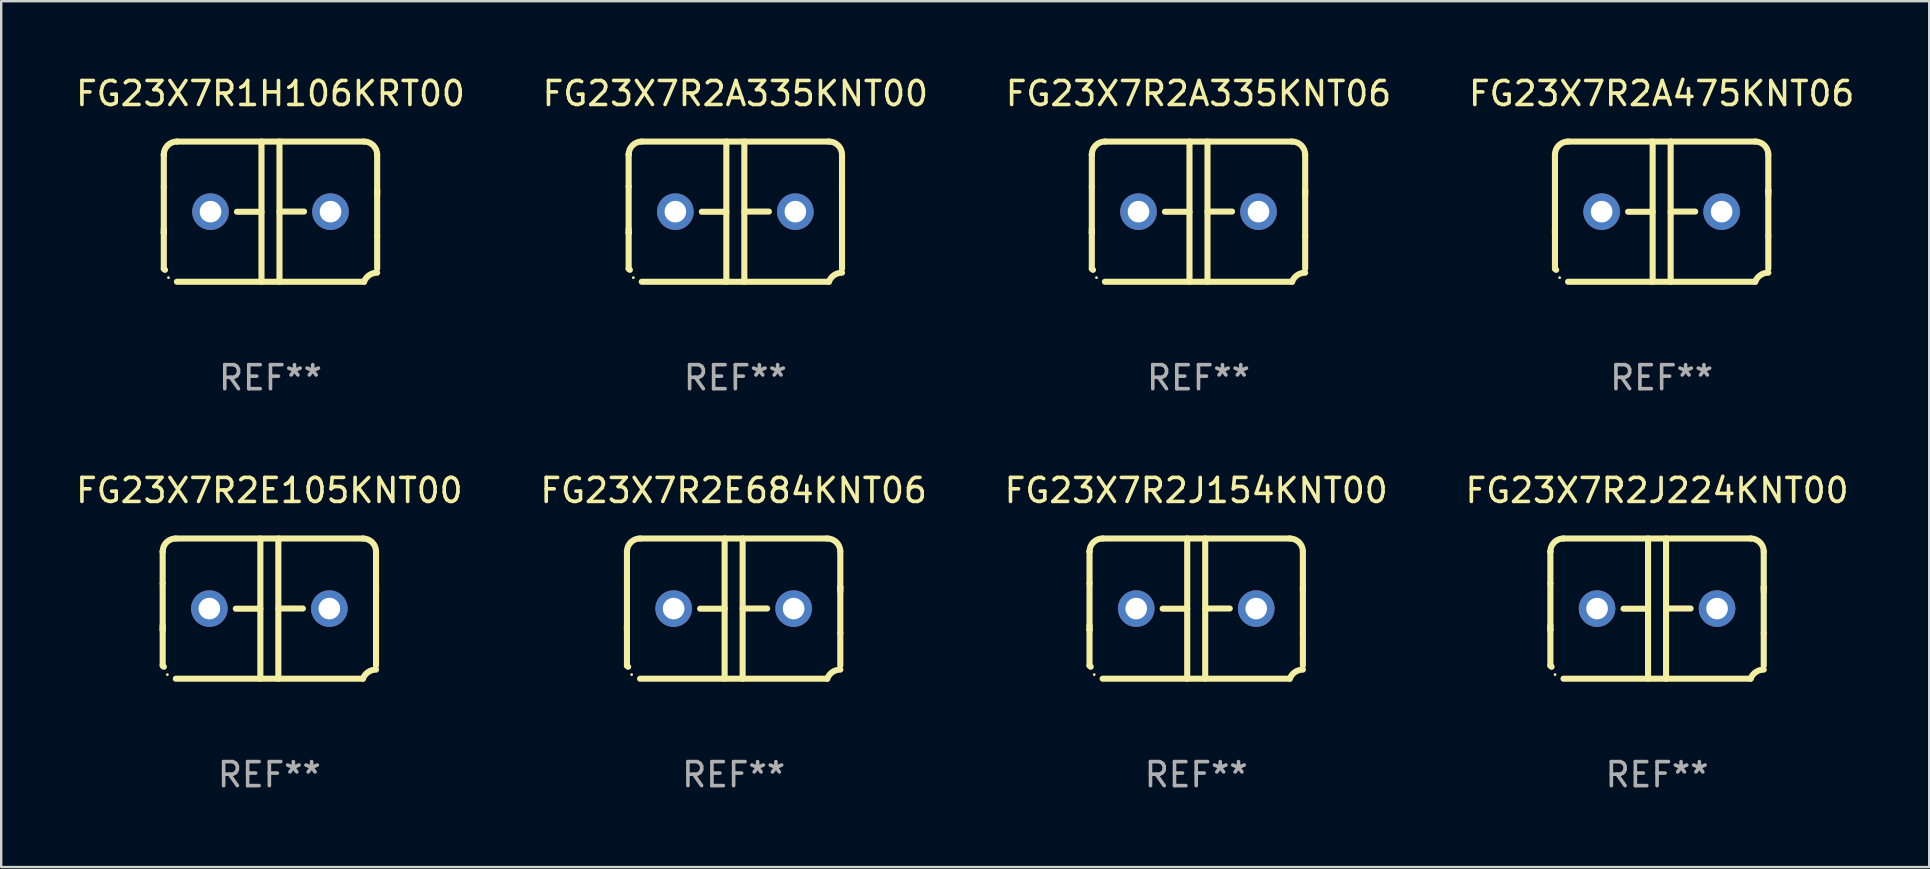
<source format=kicad_pcb>
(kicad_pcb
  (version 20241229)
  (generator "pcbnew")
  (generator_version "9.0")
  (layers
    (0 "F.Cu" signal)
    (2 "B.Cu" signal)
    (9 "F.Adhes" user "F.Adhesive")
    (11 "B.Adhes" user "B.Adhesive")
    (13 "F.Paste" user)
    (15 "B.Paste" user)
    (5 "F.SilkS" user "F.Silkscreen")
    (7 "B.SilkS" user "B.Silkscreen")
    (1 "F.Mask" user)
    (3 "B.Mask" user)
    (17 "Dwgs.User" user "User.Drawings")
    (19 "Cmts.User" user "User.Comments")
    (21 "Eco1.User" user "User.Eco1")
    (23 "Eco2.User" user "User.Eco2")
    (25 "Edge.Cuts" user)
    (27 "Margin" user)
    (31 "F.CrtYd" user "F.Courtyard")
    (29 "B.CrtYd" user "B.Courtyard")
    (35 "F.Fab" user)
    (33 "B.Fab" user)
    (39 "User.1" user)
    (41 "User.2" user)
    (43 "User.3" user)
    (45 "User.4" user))
  (footprint "FG23X7R2A335KNT00"
    (layer "F.Cu")
    (at 27.589 5.769)
    (property "Reference" "FG23X7R2A335KNT00" (at 0 -4.921 0) (layer "F.SilkS") (effects (font (size 1 1) (thickness 0.15))))
    (attr through_hole)
    (fp_line (start -4.445 2.375) (end -4.445 0.889) (stroke (width 0.254) (type solid)) (layer "F.SilkS"))
    (fp_line (start -4.445 -2.375) (end -4.445 -2.375) (stroke (width 0.254) (type solid)) (layer "F.SilkS"))
    (fp_line (start -4.445 -1.045) (end -4.445 -2.375) (stroke (width 0.254) (type solid)) (layer "F.SilkS"))
    (fp_line (start -4.445 -1.045) (end -4.445 0.889) (stroke (width 0.254) (type solid)) (layer "F.SilkS"))
    (fp_line (start -4.445 0.889) (end -4.445 0.708) (stroke (width 0.254) (type solid)) (layer "F.SilkS"))
    (fp_line (start -3.899 -2.921) (end 3.899 -2.921) (stroke (width 0.254) (type solid)) (layer "F.SilkS"))
    (fp_line (start -0.375 0.004) (end -1.397 0.004) (stroke (width 0.254) (type solid)) (layer "F.SilkS"))
    (fp_line (start -0.375 2.921) (end -0.375 -2.921) (stroke (width 0.254) (type solid)) (layer "F.SilkS"))
    (fp_line (start 0.375 -2.921) (end 0.375 2.921) (stroke (width 0.254) (type solid)) (layer "F.SilkS"))
    (fp_line (start 0.375 -0.004) (end 1.397 -0.004) (stroke (width 0.254) (type solid)) (layer "F.SilkS"))
    (fp_line (start 3.899 2.921) (end -3.899 2.921) (stroke (width 0.254) (type solid)) (layer "F.SilkS"))
    (fp_line (start 4.445 -0.889) (end 4.445 -0.708) (stroke (width 0.254) (type solid)) (layer "F.SilkS"))
    (fp_line (start 4.445 -0.889) (end 4.445 1.02) (stroke (width 0.254) (type solid)) (layer "F.SilkS"))
    (fp_line (start 4.445 1.02) (end 4.445 2.375) (stroke (width 0.254) (type solid)) (layer "F.SilkS"))
    (fp_line (start 4.445 -2.375) (end 4.445 -0.889) (stroke (width 0.254) (type solid)) (layer "F.SilkS"))
    (fp_arc (start -4.445034 -2.374778) (mid -4.285049 -2.761028) (end -3.898806 -2.921031) (stroke (width 0.254001) (type solid)) (layer "F.SilkS"))
    (fp_arc (start -4.445034 2.374803) (mid -4.4201 2.399713) (end -4.395166 2.424624) (stroke (width 0.254001) (type solid)) (layer "F.SilkS"))
    (fp_arc (start 3.898781 -2.921031) (mid 4.285035 -2.76105) (end 4.445034 -2.374803) (stroke (width 0.254001) (type solid)) (layer "F.SilkS"))
    (fp_arc (start 3.898806 2.921031) (mid 4.112864 2.64665) (end 4.445037 2.542888) (stroke (width 0.254001) (type solid)) (layer "F.SilkS"))
    (fp_circle (center -4.25 2.75) (end -4.22 2.75) (stroke (width 0.06) (type solid)) (fill no) (layer "F.SilkS"))
    (fp_text user "REF**" (at 0 6.921 0) (layer "F.Fab") (effects (font (size 1 1) (thickness 0.15))))
    (pad "1" thru_hole circle (at -2.5 0) (size 1.524 1.524) (drill 0.9) (layers "*.Cu" "*.Mask"))
    (pad "2" thru_hole circle (at 2.5 0) (size 1.524 1.524) (drill 0.9) (layers "*.Cu" "*.Mask")))
  (footprint "FG23X7R2E105KNT00"
    (layer "F.Cu")
    (at 8.173 22.308)
    (property "Reference" "FG23X7R2E105KNT00" (at 0 -4.921 0) (layer "F.SilkS") (effects (font (size 1 1) (thickness 0.15))))
    (attr through_hole)
    (fp_line (start -4.445 2.375) (end -4.445 0.889) (stroke (width 0.254) (type solid)) (layer "F.SilkS"))
    (fp_line (start -4.445 -2.375) (end -4.445 -2.375) (stroke (width 0.254) (type solid)) (layer "F.SilkS"))
    (fp_line (start -4.445 -1.045) (end -4.445 -2.375) (stroke (width 0.254) (type solid)) (layer "F.SilkS"))
    (fp_line (start -4.445 -1.045) (end -4.445 0.889) (stroke (width 0.254) (type solid)) (layer "F.SilkS"))
    (fp_line (start -4.445 0.889) (end -4.445 0.708) (stroke (width 0.254) (type solid)) (layer "F.SilkS"))
    (fp_line (start -3.899 -2.921) (end 3.899 -2.921) (stroke (width 0.254) (type solid)) (layer "F.SilkS"))
    (fp_line (start -0.375 0.004) (end -1.397 0.004) (stroke (width 0.254) (type solid)) (layer "F.SilkS"))
    (fp_line (start -0.375 2.921) (end -0.375 -2.921) (stroke (width 0.254) (type solid)) (layer "F.SilkS"))
    (fp_line (start 0.375 -2.921) (end 0.375 2.921) (stroke (width 0.254) (type solid)) (layer "F.SilkS"))
    (fp_line (start 0.375 -0.004) (end 1.397 -0.004) (stroke (width 0.254) (type solid)) (layer "F.SilkS"))
    (fp_line (start 3.899 2.921) (end -3.899 2.921) (stroke (width 0.254) (type solid)) (layer "F.SilkS"))
    (fp_line (start 4.445 -0.889) (end 4.445 -0.708) (stroke (width 0.254) (type solid)) (layer "F.SilkS"))
    (fp_line (start 4.445 -0.889) (end 4.445 1.02) (stroke (width 0.254) (type solid)) (layer "F.SilkS"))
    (fp_line (start 4.445 1.02) (end 4.445 2.375) (stroke (width 0.254) (type solid)) (layer "F.SilkS"))
    (fp_line (start 4.445 -2.375) (end 4.445 -0.889) (stroke (width 0.254) (type solid)) (layer "F.SilkS"))
    (fp_arc (start -4.445034 -2.374778) (mid -4.285049 -2.761028) (end -3.898806 -2.921031) (stroke (width 0.254001) (type solid)) (layer "F.SilkS"))
    (fp_arc (start -4.445034 2.374803) (mid -4.4201 2.399713) (end -4.395166 2.424624) (stroke (width 0.254001) (type solid)) (layer "F.SilkS"))
    (fp_arc (start 3.898781 -2.921031) (mid 4.285035 -2.76105) (end 4.445034 -2.374803) (stroke (width 0.254001) (type solid)) (layer "F.SilkS"))
    (fp_arc (start 3.898806 2.921031) (mid 4.112864 2.64665) (end 4.445037 2.542888) (stroke (width 0.254001) (type solid)) (layer "F.SilkS"))
    (fp_circle (center -4.25 2.75) (end -4.22 2.75) (stroke (width 0.06) (type solid)) (fill no) (layer "F.SilkS"))
    (fp_text user "REF**" (at 0 6.921 0) (layer "F.Fab") (effects (font (size 1 1) (thickness 0.15))))
    (pad "1" thru_hole circle (at -2.5 0) (size 1.524 1.524) (drill 0.9) (layers "*.Cu" "*.Mask"))
    (pad "2" thru_hole circle (at 2.5 0) (size 1.524 1.524) (drill 0.9) (layers "*.Cu" "*.Mask")))
  (footprint "FG23X7R2A335KNT06"
    (layer "F.Cu")
    (at 46.887 5.769)
    (property "Reference" "FG23X7R2A335KNT06" (at 0 -4.921 0) (layer "F.SilkS") (effects (font (size 1 1) (thickness 0.15))))
    (attr through_hole)
    (fp_line (start -4.445 2.375) (end -4.445 0.889) (stroke (width 0.254) (type solid)) (layer "F.SilkS"))
    (fp_line (start -4.445 -2.375) (end -4.445 -2.375) (stroke (width 0.254) (type solid)) (layer "F.SilkS"))
    (fp_line (start -4.445 -1.045) (end -4.445 -2.375) (stroke (width 0.254) (type solid)) (layer "F.SilkS"))
    (fp_line (start -4.445 -1.045) (end -4.445 0.889) (stroke (width 0.254) (type solid)) (layer "F.SilkS"))
    (fp_line (start -4.445 0.889) (end -4.445 0.708) (stroke (width 0.254) (type solid)) (layer "F.SilkS"))
    (fp_line (start -3.899 -2.921) (end 3.899 -2.921) (stroke (width 0.254) (type solid)) (layer "F.SilkS"))
    (fp_line (start -0.375 0.004) (end -1.397 0.004) (stroke (width 0.254) (type solid)) (layer "F.SilkS"))
    (fp_line (start -0.375 2.921) (end -0.375 -2.921) (stroke (width 0.254) (type solid)) (layer "F.SilkS"))
    (fp_line (start 0.375 -2.921) (end 0.375 2.921) (stroke (width 0.254) (type solid)) (layer "F.SilkS"))
    (fp_line (start 0.375 -0.004) (end 1.397 -0.004) (stroke (width 0.254) (type solid)) (layer "F.SilkS"))
    (fp_line (start 3.899 2.921) (end -3.899 2.921) (stroke (width 0.254) (type solid)) (layer "F.SilkS"))
    (fp_line (start 4.445 -0.889) (end 4.445 -0.708) (stroke (width 0.254) (type solid)) (layer "F.SilkS"))
    (fp_line (start 4.445 -0.889) (end 4.445 1.02) (stroke (width 0.254) (type solid)) (layer "F.SilkS"))
    (fp_line (start 4.445 1.02) (end 4.445 2.375) (stroke (width 0.254) (type solid)) (layer "F.SilkS"))
    (fp_line (start 4.445 -2.375) (end 4.445 -0.889) (stroke (width 0.254) (type solid)) (layer "F.SilkS"))
    (fp_arc (start -4.445034 -2.374778) (mid -4.285049 -2.761028) (end -3.898806 -2.921031) (stroke (width 0.254001) (type solid)) (layer "F.SilkS"))
    (fp_arc (start -4.445034 2.374803) (mid -4.4201 2.399713) (end -4.395166 2.424624) (stroke (width 0.254001) (type solid)) (layer "F.SilkS"))
    (fp_arc (start 3.898781 -2.921031) (mid 4.285035 -2.76105) (end 4.445034 -2.374803) (stroke (width 0.254001) (type solid)) (layer "F.SilkS"))
    (fp_arc (start 3.898806 2.921031) (mid 4.112864 2.64665) (end 4.445037 2.542888) (stroke (width 0.254001) (type solid)) (layer "F.SilkS"))
    (fp_circle (center -4.25 2.75) (end -4.22 2.75) (stroke (width 0.06) (type solid)) (fill no) (layer "F.SilkS"))
    (fp_text user "REF**" (at 0 6.921 0) (layer "F.Fab") (effects (font (size 1 1) (thickness 0.15))))
    (pad "1" thru_hole circle (at -2.5 0) (size 1.524 1.524) (drill 0.9) (layers "*.Cu" "*.Mask"))
    (pad "2" thru_hole circle (at 2.5 0) (size 1.524 1.524) (drill 0.9) (layers "*.Cu" "*.Mask")))
  (footprint "FG23X7R2A475KNT06"
    (layer "F.Cu")
    (at 66.185 5.769)
    (property "Reference" "FG23X7R2A475KNT06" (at 0 -4.921 0) (layer "F.SilkS") (effects (font (size 1 1) (thickness 0.15))))
    (attr through_hole)
    (fp_line (start -4.445 2.375) (end -4.445 0.889) (stroke (width 0.254) (type solid)) (layer "F.SilkS"))
    (fp_line (start -4.445 -2.375) (end -4.445 -2.375) (stroke (width 0.254) (type solid)) (layer "F.SilkS"))
    (fp_line (start -4.445 -1.045) (end -4.445 -2.375) (stroke (width 0.254) (type solid)) (layer "F.SilkS"))
    (fp_line (start -4.445 -1.045) (end -4.445 0.889) (stroke (width 0.254) (type solid)) (layer "F.SilkS"))
    (fp_line (start -4.445 0.889) (end -4.445 0.708) (stroke (width 0.254) (type solid)) (layer "F.SilkS"))
    (fp_line (start -3.899 -2.921) (end 3.899 -2.921) (stroke (width 0.254) (type solid)) (layer "F.SilkS"))
    (fp_line (start -0.375 0.004) (end -1.397 0.004) (stroke (width 0.254) (type solid)) (layer "F.SilkS"))
    (fp_line (start -0.375 2.921) (end -0.375 -2.921) (stroke (width 0.254) (type solid)) (layer "F.SilkS"))
    (fp_line (start 0.375 -2.921) (end 0.375 2.921) (stroke (width 0.254) (type solid)) (layer "F.SilkS"))
    (fp_line (start 0.375 -0.004) (end 1.397 -0.004) (stroke (width 0.254) (type solid)) (layer "F.SilkS"))
    (fp_line (start 3.899 2.921) (end -3.899 2.921) (stroke (width 0.254) (type solid)) (layer "F.SilkS"))
    (fp_line (start 4.445 -0.889) (end 4.445 -0.708) (stroke (width 0.254) (type solid)) (layer "F.SilkS"))
    (fp_line (start 4.445 -0.889) (end 4.445 1.02) (stroke (width 0.254) (type solid)) (layer "F.SilkS"))
    (fp_line (start 4.445 1.02) (end 4.445 2.375) (stroke (width 0.254) (type solid)) (layer "F.SilkS"))
    (fp_line (start 4.445 -2.375) (end 4.445 -0.889) (stroke (width 0.254) (type solid)) (layer "F.SilkS"))
    (fp_arc (start -4.445034 -2.374778) (mid -4.285049 -2.761028) (end -3.898806 -2.921031) (stroke (width 0.254001) (type solid)) (layer "F.SilkS"))
    (fp_arc (start -4.445034 2.374803) (mid -4.4201 2.399713) (end -4.395166 2.424624) (stroke (width 0.254001) (type solid)) (layer "F.SilkS"))
    (fp_arc (start 3.898781 -2.921031) (mid 4.285035 -2.76105) (end 4.445034 -2.374803) (stroke (width 0.254001) (type solid)) (layer "F.SilkS"))
    (fp_arc (start 3.898806 2.921031) (mid 4.112864 2.64665) (end 4.445037 2.542888) (stroke (width 0.254001) (type solid)) (layer "F.SilkS"))
    (fp_circle (center -4.25 2.75) (end -4.22 2.75) (stroke (width 0.06) (type solid)) (fill no) (layer "F.SilkS"))
    (fp_text user "REF**" (at 0 6.921 0) (layer "F.Fab") (effects (font (size 1 1) (thickness 0.15))))
    (pad "1" thru_hole circle (at -2.5 0) (size 1.524 1.524) (drill 0.9) (layers "*.Cu" "*.Mask"))
    (pad "2" thru_hole circle (at 2.5 0) (size 1.524 1.524) (drill 0.9) (layers "*.Cu" "*.Mask")))
  (footprint "FG23X7R1H106KRT00"
    (layer "F.Cu")
    (at 8.22 5.769)
    (property "Reference" "FG23X7R1H106KRT00" (at 0 -4.921 0) (layer "F.SilkS") (effects (font (size 1 1) (thickness 0.15))))
    (attr through_hole)
    (fp_line (start -4.445 2.375) (end -4.445 0.889) (stroke (width 0.254) (type solid)) (layer "F.SilkS"))
    (fp_line (start -4.445 -2.375) (end -4.445 -2.375) (stroke (width 0.254) (type solid)) (layer "F.SilkS"))
    (fp_line (start -4.445 -1.045) (end -4.445 -2.375) (stroke (width 0.254) (type solid)) (layer "F.SilkS"))
    (fp_line (start -4.445 -1.045) (end -4.445 0.889) (stroke (width 0.254) (type solid)) (layer "F.SilkS"))
    (fp_line (start -4.445 0.889) (end -4.445 0.708) (stroke (width 0.254) (type solid)) (layer "F.SilkS"))
    (fp_line (start -3.899 -2.921) (end 3.899 -2.921) (stroke (width 0.254) (type solid)) (layer "F.SilkS"))
    (fp_line (start -0.375 0.004) (end -1.397 0.004) (stroke (width 0.254) (type solid)) (layer "F.SilkS"))
    (fp_line (start -0.375 2.921) (end -0.375 -2.921) (stroke (width 0.254) (type solid)) (layer "F.SilkS"))
    (fp_line (start 0.375 -2.921) (end 0.375 2.921) (stroke (width 0.254) (type solid)) (layer "F.SilkS"))
    (fp_line (start 0.375 -0.004) (end 1.397 -0.004) (stroke (width 0.254) (type solid)) (layer "F.SilkS"))
    (fp_line (start 3.899 2.921) (end -3.899 2.921) (stroke (width 0.254) (type solid)) (layer "F.SilkS"))
    (fp_line (start 4.445 -0.889) (end 4.445 -0.708) (stroke (width 0.254) (type solid)) (layer "F.SilkS"))
    (fp_line (start 4.445 -0.889) (end 4.445 1.02) (stroke (width 0.254) (type solid)) (layer "F.SilkS"))
    (fp_line (start 4.445 1.02) (end 4.445 2.375) (stroke (width 0.254) (type solid)) (layer "F.SilkS"))
    (fp_line (start 4.445 -2.375) (end 4.445 -0.889) (stroke (width 0.254) (type solid)) (layer "F.SilkS"))
    (fp_arc (start -4.445034 -2.374778) (mid -4.285049 -2.761028) (end -3.898806 -2.921031) (stroke (width 0.254001) (type solid)) (layer "F.SilkS"))
    (fp_arc (start -4.445034 2.374803) (mid -4.4201 2.399713) (end -4.395166 2.424624) (stroke (width 0.254001) (type solid)) (layer "F.SilkS"))
    (fp_arc (start 3.898781 -2.921031) (mid 4.285035 -2.76105) (end 4.445034 -2.374803) (stroke (width 0.254001) (type solid)) (layer "F.SilkS"))
    (fp_arc (start 3.898806 2.921031) (mid 4.112864 2.64665) (end 4.445037 2.542888) (stroke (width 0.254001) (type solid)) (layer "F.SilkS"))
    (fp_circle (center -4.25 2.75) (end -4.22 2.75) (stroke (width 0.06) (type solid)) (fill no) (layer "F.SilkS"))
    (fp_text user "REF**" (at 0 6.921 0) (layer "F.Fab") (effects (font (size 1 1) (thickness 0.15))))
    (pad "1" thru_hole circle (at -2.5 0) (size 1.524 1.524) (drill 0.9) (layers "*.Cu" "*.Mask"))
    (pad "2" thru_hole circle (at 2.5 0) (size 1.524 1.524) (drill 0.9) (layers "*.Cu" "*.Mask")))
  (footprint "FG23X7R2E684KNT06"
    (layer "F.Cu")
    (at 27.518 22.308)
    (property "Reference" "FG23X7R2E684KNT06" (at 0 -4.921 0) (layer "F.SilkS") (effects (font (size 1 1) (thickness 0.15))))
    (attr through_hole)
    (fp_line (start -4.445 2.375) (end -4.445 0.889) (stroke (width 0.254) (type solid)) (layer "F.SilkS"))
    (fp_line (start -4.445 -2.375) (end -4.445 -2.375) (stroke (width 0.254) (type solid)) (layer "F.SilkS"))
    (fp_line (start -4.445 -1.045) (end -4.445 -2.375) (stroke (width 0.254) (type solid)) (layer "F.SilkS"))
    (fp_line (start -4.445 -1.045) (end -4.445 0.889) (stroke (width 0.254) (type solid)) (layer "F.SilkS"))
    (fp_line (start -4.445 0.889) (end -4.445 0.708) (stroke (width 0.254) (type solid)) (layer "F.SilkS"))
    (fp_line (start -3.899 -2.921) (end 3.899 -2.921) (stroke (width 0.254) (type solid)) (layer "F.SilkS"))
    (fp_line (start -0.375 0.004) (end -1.397 0.004) (stroke (width 0.254) (type solid)) (layer "F.SilkS"))
    (fp_line (start -0.375 2.921) (end -0.375 -2.921) (stroke (width 0.254) (type solid)) (layer "F.SilkS"))
    (fp_line (start 0.375 -2.921) (end 0.375 2.921) (stroke (width 0.254) (type solid)) (layer "F.SilkS"))
    (fp_line (start 0.375 -0.004) (end 1.397 -0.004) (stroke (width 0.254) (type solid)) (layer "F.SilkS"))
    (fp_line (start 3.899 2.921) (end -3.899 2.921) (stroke (width 0.254) (type solid)) (layer "F.SilkS"))
    (fp_line (start 4.445 -0.889) (end 4.445 -0.708) (stroke (width 0.254) (type solid)) (layer "F.SilkS"))
    (fp_line (start 4.445 -0.889) (end 4.445 1.02) (stroke (width 0.254) (type solid)) (layer "F.SilkS"))
    (fp_line (start 4.445 1.02) (end 4.445 2.375) (stroke (width 0.254) (type solid)) (layer "F.SilkS"))
    (fp_line (start 4.445 -2.375) (end 4.445 -0.889) (stroke (width 0.254) (type solid)) (layer "F.SilkS"))
    (fp_arc (start -4.445034 -2.374778) (mid -4.285049 -2.761028) (end -3.898806 -2.921031) (stroke (width 0.254001) (type solid)) (layer "F.SilkS"))
    (fp_arc (start -4.445034 2.374803) (mid -4.4201 2.399713) (end -4.395166 2.424624) (stroke (width 0.254001) (type solid)) (layer "F.SilkS"))
    (fp_arc (start 3.898781 -2.921031) (mid 4.285035 -2.76105) (end 4.445034 -2.374803) (stroke (width 0.254001) (type solid)) (layer "F.SilkS"))
    (fp_arc (start 3.898806 2.921031) (mid 4.112864 2.64665) (end 4.445037 2.542888) (stroke (width 0.254001) (type solid)) (layer "F.SilkS"))
    (fp_circle (center -4.25 2.75) (end -4.22 2.75) (stroke (width 0.06) (type solid)) (fill no) (layer "F.SilkS"))
    (fp_text user "REF**" (at 0 6.921 0) (layer "F.Fab") (effects (font (size 1 1) (thickness 0.15))))
    (pad "1" thru_hole circle (at -2.5 0) (size 1.524 1.524) (drill 0.9) (layers "*.Cu" "*.Mask"))
    (pad "2" thru_hole circle (at 2.5 0) (size 1.524 1.524) (drill 0.9) (layers "*.Cu" "*.Mask")))
  (footprint "FG23X7R2J224KNT00"
    (layer "F.Cu")
    (at 65.994 22.308)
    (property "Reference" "FG23X7R2J224KNT00" (at 0 -4.921 0) (layer "F.SilkS") (effects (font (size 1 1) (thickness 0.15))))
    (attr through_hole)
    (fp_line (start -4.445 2.375) (end -4.445 0.889) (stroke (width 0.254) (type solid)) (layer "F.SilkS"))
    (fp_line (start -4.445 -2.375) (end -4.445 -2.375) (stroke (width 0.254) (type solid)) (layer "F.SilkS"))
    (fp_line (start -4.445 -1.045) (end -4.445 -2.375) (stroke (width 0.254) (type solid)) (layer "F.SilkS"))
    (fp_line (start -4.445 -1.045) (end -4.445 0.889) (stroke (width 0.254) (type solid)) (layer "F.SilkS"))
    (fp_line (start -4.445 0.889) (end -4.445 0.708) (stroke (width 0.254) (type solid)) (layer "F.SilkS"))
    (fp_line (start -3.899 -2.921) (end 3.899 -2.921) (stroke (width 0.254) (type solid)) (layer "F.SilkS"))
    (fp_line (start -0.375 0.004) (end -1.397 0.004) (stroke (width 0.254) (type solid)) (layer "F.SilkS"))
    (fp_line (start -0.375 2.921) (end -0.375 -2.921) (stroke (width 0.254) (type solid)) (layer "F.SilkS"))
    (fp_line (start 0.375 -2.921) (end 0.375 2.921) (stroke (width 0.254) (type solid)) (layer "F.SilkS"))
    (fp_line (start 0.375 -0.004) (end 1.397 -0.004) (stroke (width 0.254) (type solid)) (layer "F.SilkS"))
    (fp_line (start 3.899 2.921) (end -3.899 2.921) (stroke (width 0.254) (type solid)) (layer "F.SilkS"))
    (fp_line (start 4.445 -0.889) (end 4.445 -0.708) (stroke (width 0.254) (type solid)) (layer "F.SilkS"))
    (fp_line (start 4.445 -0.889) (end 4.445 1.02) (stroke (width 0.254) (type solid)) (layer "F.SilkS"))
    (fp_line (start 4.445 1.02) (end 4.445 2.375) (stroke (width 0.254) (type solid)) (layer "F.SilkS"))
    (fp_line (start 4.445 -2.375) (end 4.445 -0.889) (stroke (width 0.254) (type solid)) (layer "F.SilkS"))
    (fp_arc (start -4.445034 -2.374778) (mid -4.285049 -2.761028) (end -3.898806 -2.921031) (stroke (width 0.254001) (type solid)) (layer "F.SilkS"))
    (fp_arc (start -4.445034 2.374803) (mid -4.4201 2.399713) (end -4.395166 2.424624) (stroke (width 0.254001) (type solid)) (layer "F.SilkS"))
    (fp_arc (start 3.898781 -2.921031) (mid 4.285035 -2.76105) (end 4.445034 -2.374803) (stroke (width 0.254001) (type solid)) (layer "F.SilkS"))
    (fp_arc (start 3.898806 2.921031) (mid 4.112864 2.64665) (end 4.445037 2.542888) (stroke (width 0.254001) (type solid)) (layer "F.SilkS"))
    (fp_circle (center -4.25 2.75) (end -4.22 2.75) (stroke (width 0.06) (type solid)) (fill no) (layer "F.SilkS"))
    (fp_text user "REF**" (at 0 6.921 0) (layer "F.Fab") (effects (font (size 1 1) (thickness 0.15))))
    (pad "1" thru_hole circle (at -2.5 0) (size 1.524 1.524) (drill 0.9) (layers "*.Cu" "*.Mask"))
    (pad "2" thru_hole circle (at 2.5 0) (size 1.524 1.524) (drill 0.9) (layers "*.Cu" "*.Mask")))
  (footprint "FG23X7R2J154KNT00"
    (layer "F.Cu")
    (at 46.792 22.308)
    (property "Reference" "FG23X7R2J154KNT00" (at 0 -4.921 0) (layer "F.SilkS") (effects (font (size 1 1) (thickness 0.15))))
    (attr through_hole)
    (fp_line (start -4.445 2.375) (end -4.445 0.889) (stroke (width 0.254) (type solid)) (layer "F.SilkS"))
    (fp_line (start -4.445 -2.375) (end -4.445 -2.375) (stroke (width 0.254) (type solid)) (layer "F.SilkS"))
    (fp_line (start -4.445 -1.045) (end -4.445 -2.375) (stroke (width 0.254) (type solid)) (layer "F.SilkS"))
    (fp_line (start -4.445 -1.045) (end -4.445 0.889) (stroke (width 0.254) (type solid)) (layer "F.SilkS"))
    (fp_line (start -4.445 0.889) (end -4.445 0.708) (stroke (width 0.254) (type solid)) (layer "F.SilkS"))
    (fp_line (start -3.899 -2.921) (end 3.899 -2.921) (stroke (width 0.254) (type solid)) (layer "F.SilkS"))
    (fp_line (start -0.375 0.004) (end -1.397 0.004) (stroke (width 0.254) (type solid)) (layer "F.SilkS"))
    (fp_line (start -0.375 2.921) (end -0.375 -2.921) (stroke (width 0.254) (type solid)) (layer "F.SilkS"))
    (fp_line (start 0.375 -2.921) (end 0.375 2.921) (stroke (width 0.254) (type solid)) (layer "F.SilkS"))
    (fp_line (start 0.375 -0.004) (end 1.397 -0.004) (stroke (width 0.254) (type solid)) (layer "F.SilkS"))
    (fp_line (start 3.899 2.921) (end -3.899 2.921) (stroke (width 0.254) (type solid)) (layer "F.SilkS"))
    (fp_line (start 4.445 -0.889) (end 4.445 -0.708) (stroke (width 0.254) (type solid)) (layer "F.SilkS"))
    (fp_line (start 4.445 -0.889) (end 4.445 1.02) (stroke (width 0.254) (type solid)) (layer "F.SilkS"))
    (fp_line (start 4.445 1.02) (end 4.445 2.375) (stroke (width 0.254) (type solid)) (layer "F.SilkS"))
    (fp_line (start 4.445 -2.375) (end 4.445 -0.889) (stroke (width 0.254) (type solid)) (layer "F.SilkS"))
    (fp_arc (start -4.445034 -2.374778) (mid -4.285049 -2.761028) (end -3.898806 -2.921031) (stroke (width 0.254001) (type solid)) (layer "F.SilkS"))
    (fp_arc (start -4.445034 2.374803) (mid -4.4201 2.399713) (end -4.395166 2.424624) (stroke (width 0.254001) (type solid)) (layer "F.SilkS"))
    (fp_arc (start 3.898781 -2.921031) (mid 4.285035 -2.76105) (end 4.445034 -2.374803) (stroke (width 0.254001) (type solid)) (layer "F.SilkS"))
    (fp_arc (start 3.898806 2.921031) (mid 4.112864 2.64665) (end 4.445037 2.542888) (stroke (width 0.254001) (type solid)) (layer "F.SilkS"))
    (fp_circle (center -4.25 2.75) (end -4.22 2.75) (stroke (width 0.06) (type solid)) (fill no) (layer "F.SilkS"))
    (fp_text user "REF**" (at 0 6.921 0) (layer "F.Fab") (effects (font (size 1 1) (thickness 0.15))))
    (pad "1" thru_hole circle (at -2.5 0) (size 1.524 1.524) (drill 0.9) (layers "*.Cu" "*.Mask"))
    (pad "2" thru_hole circle (at 2.5 0) (size 1.524 1.524) (drill 0.9) (layers "*.Cu" "*.Mask")))
  (gr_rect
    (start -3 -3)
    (end 77.333 33.077)
    (stroke (width 0.1) (type default))
    (fill no)
    (layer "Edge.Cuts")))
</source>
